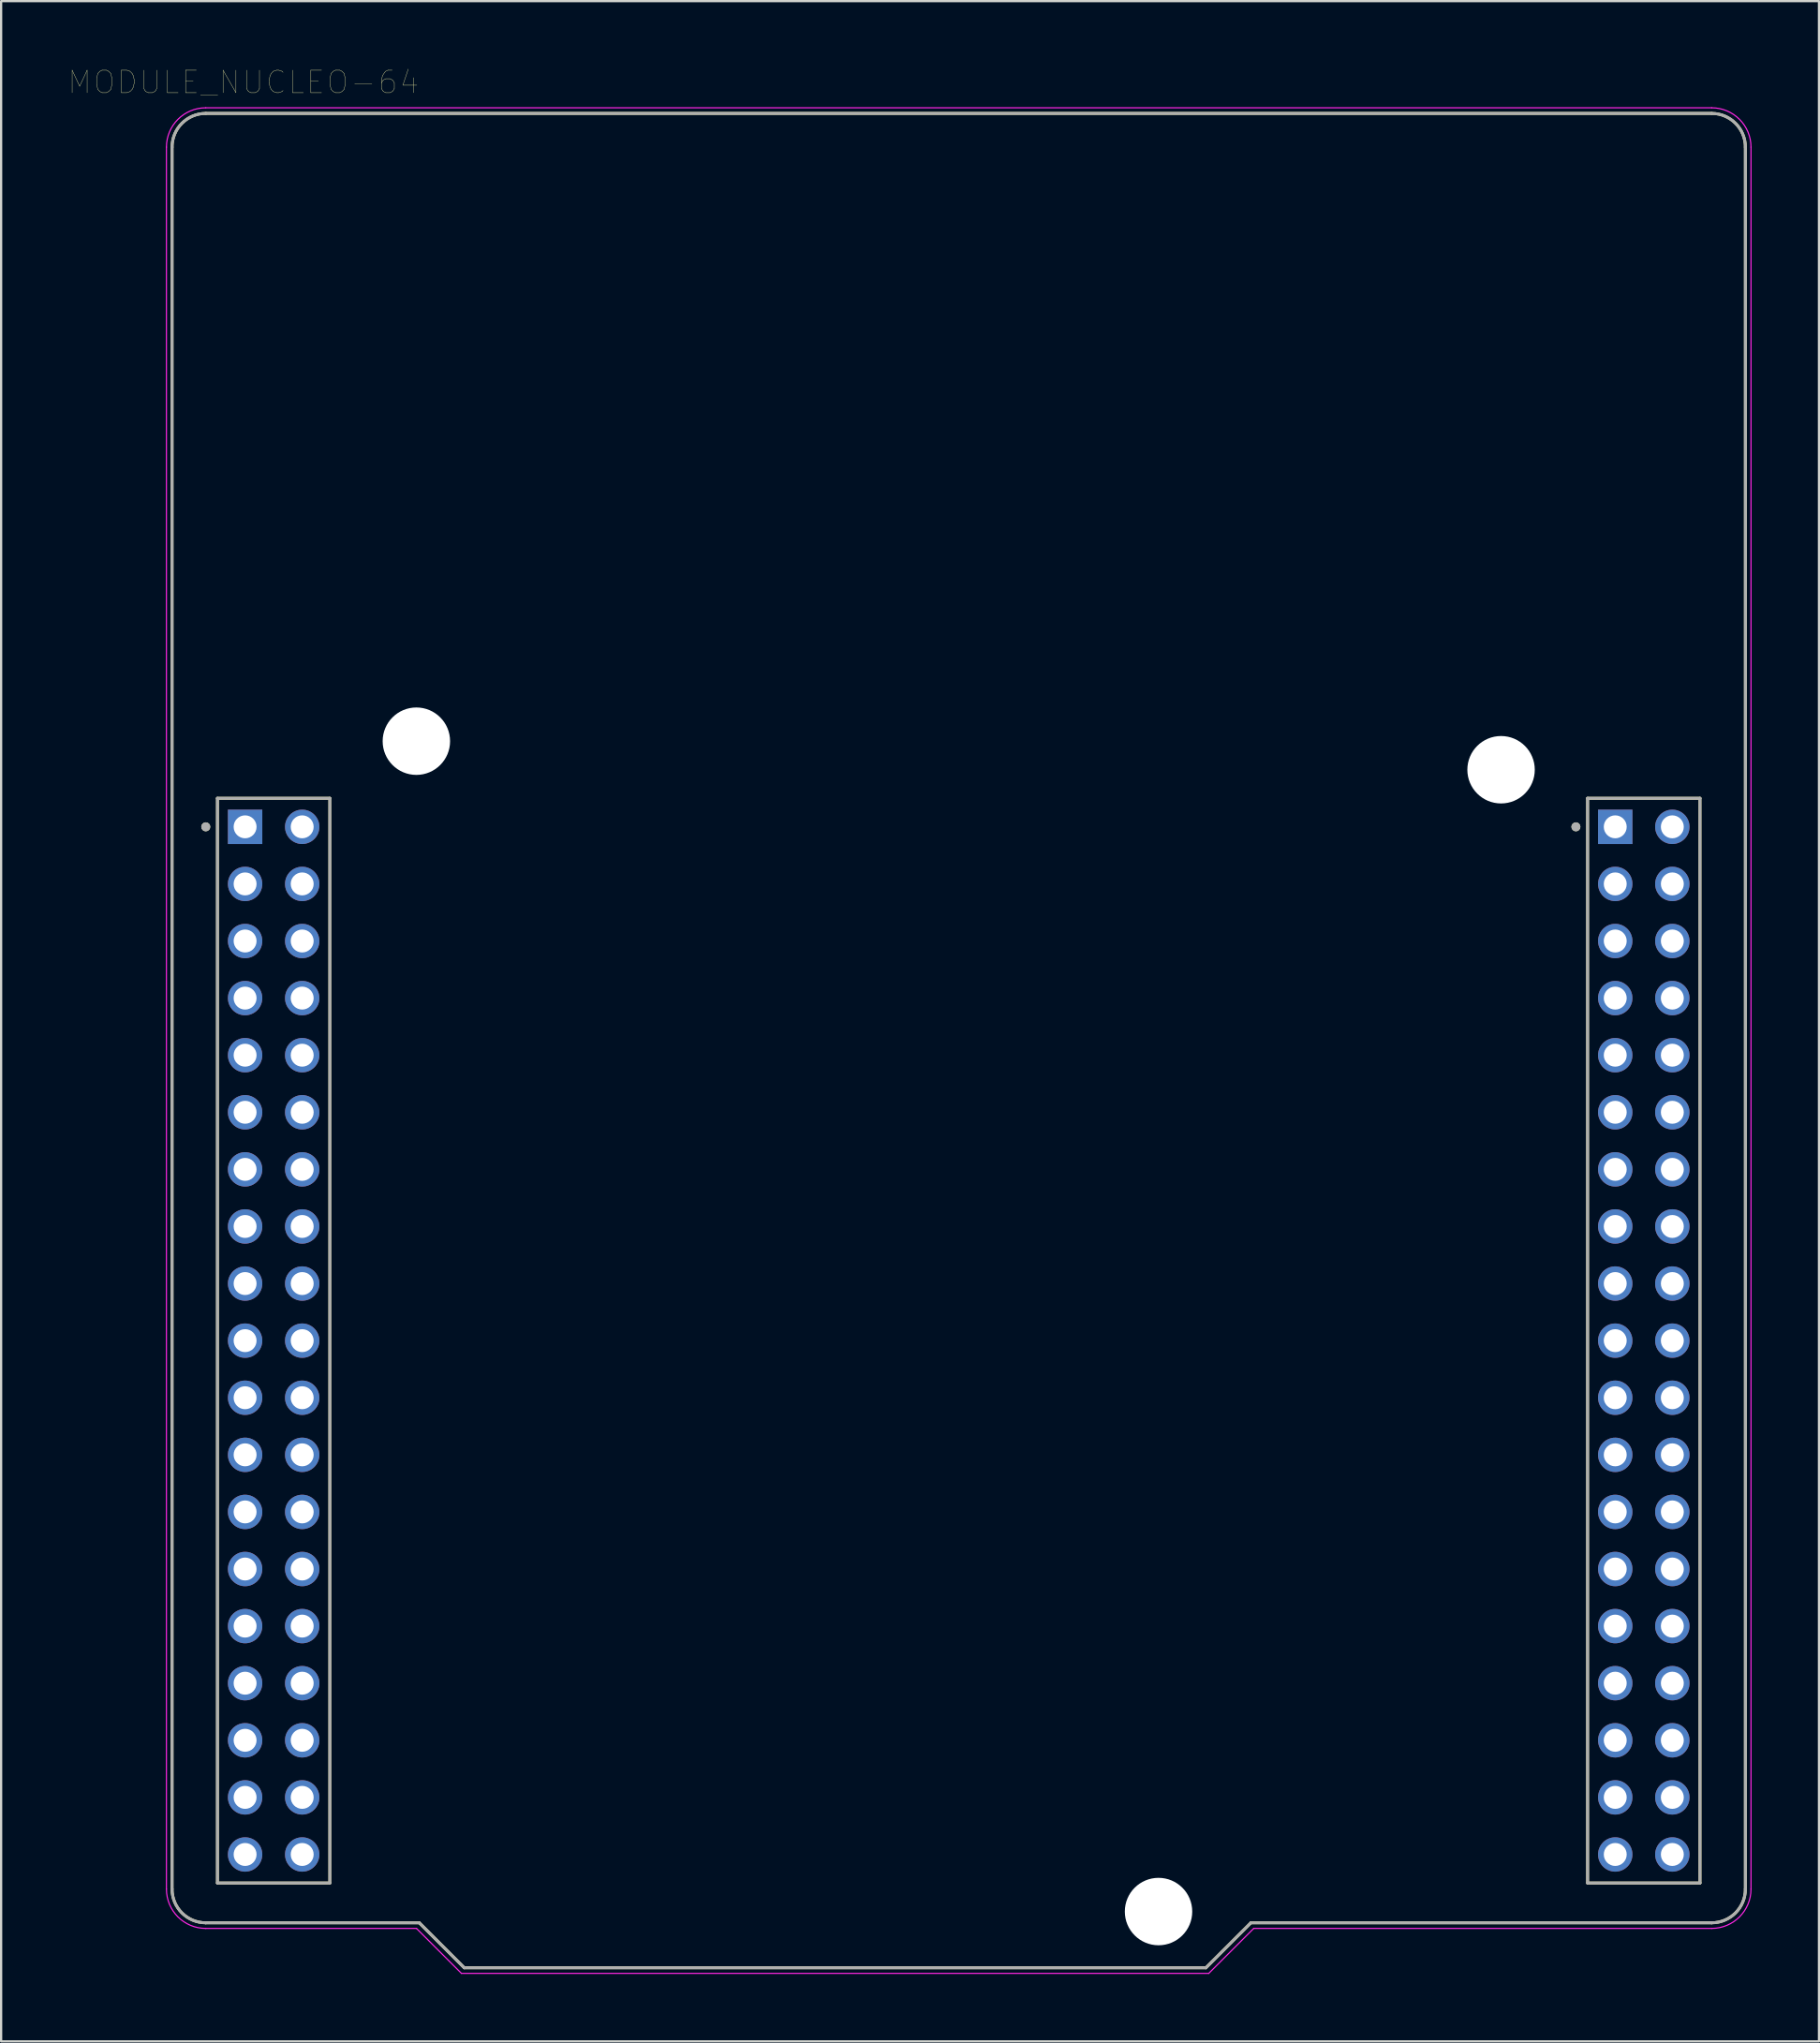
<source format=kicad_pcb>
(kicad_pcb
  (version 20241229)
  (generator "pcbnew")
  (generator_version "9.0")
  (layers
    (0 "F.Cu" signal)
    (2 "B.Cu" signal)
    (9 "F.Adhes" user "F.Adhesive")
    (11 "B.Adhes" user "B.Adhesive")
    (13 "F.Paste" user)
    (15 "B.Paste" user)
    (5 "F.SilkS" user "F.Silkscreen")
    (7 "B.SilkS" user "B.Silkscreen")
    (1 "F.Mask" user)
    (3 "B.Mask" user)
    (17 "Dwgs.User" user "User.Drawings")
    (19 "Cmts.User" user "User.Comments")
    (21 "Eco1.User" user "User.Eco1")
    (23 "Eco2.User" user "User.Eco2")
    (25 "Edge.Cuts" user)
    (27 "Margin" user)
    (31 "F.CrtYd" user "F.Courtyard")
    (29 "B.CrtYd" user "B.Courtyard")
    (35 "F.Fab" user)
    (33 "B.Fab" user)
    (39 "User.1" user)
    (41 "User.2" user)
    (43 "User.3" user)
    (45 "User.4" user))
  (footprint "MODULE_NUCLEO-64"
    (layer "F.Cu")
    (at 39.605 43.246)
    (property "Reference" "MODULE_NUCLEO-64" (at -31.825 -42.635 0) (layer "F.SilkS") (effects (font (size 1 1) (thickness 0.015))))
    (attr through_hole)
    (fp_line (start -35 37.75) (end -35 -39.75) (stroke (width 0.127) (type solid)) (layer "F.SilkS"))
    (fp_line (start -33.5 -41.25) (end 33.5 -41.25) (stroke (width 0.127) (type solid)) (layer "F.SilkS"))
    (fp_line (start -32.98 -10.78) (end -32.98 37.48) (stroke (width 0.127) (type solid)) (layer "F.SilkS"))
    (fp_line (start -32.98 37.48) (end -27.98 37.48) (stroke (width 0.127) (type solid)) (layer "F.SilkS"))
    (fp_line (start -27.98 -10.78) (end -32.98 -10.78) (stroke (width 0.127) (type solid)) (layer "F.SilkS"))
    (fp_line (start -27.98 37.48) (end -27.98 -10.78) (stroke (width 0.127) (type solid)) (layer "F.SilkS"))
    (fp_line (start -24 39.25) (end -33.5 39.25) (stroke (width 0.127) (type solid)) (layer "F.SilkS"))
    (fp_line (start -22 41.25) (end -24 39.25) (stroke (width 0.127) (type solid)) (layer "F.SilkS"))
    (fp_line (start 11 41.25) (end -22 41.25) (stroke (width 0.127) (type solid)) (layer "F.SilkS"))
    (fp_line (start 13 39.25) (end 11 41.25) (stroke (width 0.127) (type solid)) (layer "F.SilkS"))
    (fp_line (start 27.98 -10.78) (end 27.98 37.48) (stroke (width 0.127) (type solid)) (layer "F.SilkS"))
    (fp_line (start 27.98 37.48) (end 32.98 37.48) (stroke (width 0.127) (type solid)) (layer "F.SilkS"))
    (fp_line (start 32.98 -10.78) (end 27.98 -10.78) (stroke (width 0.127) (type solid)) (layer "F.SilkS"))
    (fp_line (start 32.98 37.48) (end 32.98 -10.78) (stroke (width 0.127) (type solid)) (layer "F.SilkS"))
    (fp_line (start 33.5 39.25) (end 13 39.25) (stroke (width 0.127) (type solid)) (layer "F.SilkS"))
    (fp_line (start 35 -39.75) (end 35 37.75) (stroke (width 0.127) (type solid)) (layer "F.SilkS"))
    (fp_arc (start -35 -39.75) (mid -34.56066 -40.81066) (end -33.5 -41.25) (stroke (width 0.127) (type solid)) (layer "F.SilkS"))
    (fp_arc (start -33.5 39.25) (mid -34.56066 38.81066) (end -35 37.75) (stroke (width 0.127) (type solid)) (layer "F.SilkS"))
    (fp_arc (start 33.5 -41.25) (mid 34.56066 -40.81066) (end 35 -39.75) (stroke (width 0.127) (type solid)) (layer "F.SilkS"))
    (fp_arc (start 35 37.75) (mid 34.56066 38.81066) (end 33.5 39.25) (stroke (width 0.127) (type solid)) (layer "F.SilkS"))
    (fp_circle (center -33.5 -9.51) (end -33.4 -9.51) (stroke (width 0.2) (type solid)) (fill no) (layer "F.SilkS"))
    (fp_circle (center 27.46 -9.51) (end 27.56 -9.51) (stroke (width 0.2) (type solid)) (fill no) (layer "F.SilkS"))
    (fp_line (start -35.25 37.75) (end -35.25 -39.75) (stroke (width 0.05) (type solid)) (layer "F.CrtYd"))
    (fp_line (start -33.5 -41.5) (end 33.5 -41.5) (stroke (width 0.05) (type solid)) (layer "F.CrtYd"))
    (fp_line (start -24.125 39.5) (end -33.5 39.5) (stroke (width 0.05) (type solid)) (layer "F.CrtYd"))
    (fp_line (start -22.125 41.5) (end -24.125 39.5) (stroke (width 0.05) (type solid)) (layer "F.CrtYd"))
    (fp_line (start 11.125 41.5) (end -22.125 41.5) (stroke (width 0.05) (type solid)) (layer "F.CrtYd"))
    (fp_line (start 13.125 39.5) (end 11.125 41.5) (stroke (width 0.05) (type solid)) (layer "F.CrtYd"))
    (fp_line (start 33.5 39.5) (end 13.125 39.5) (stroke (width 0.05) (type solid)) (layer "F.CrtYd"))
    (fp_line (start 35.25 -39.75) (end 35.25 37.75) (stroke (width 0.05) (type solid)) (layer "F.CrtYd"))
    (fp_arc (start -35.25 -39.75) (mid -34.737437 -40.987437) (end -33.5 -41.5) (stroke (width 0.05) (type solid)) (layer "F.CrtYd"))
    (fp_arc (start -33.5 39.5) (mid -34.737437 38.987437) (end -35.25 37.75) (stroke (width 0.05) (type solid)) (layer "F.CrtYd"))
    (fp_arc (start 33.5 -41.5) (mid 34.737437 -40.987437) (end 35.25 -39.75) (stroke (width 0.05) (type solid)) (layer "F.CrtYd"))
    (fp_arc (start 35.25 37.75) (mid 34.737437 38.987437) (end 33.5 39.5) (stroke (width 0.05) (type solid)) (layer "F.CrtYd"))
    (fp_line (start -35 37.75) (end -35 -39.75) (stroke (width 0.127) (type solid)) (layer "F.Fab"))
    (fp_line (start -33.5 -41.25) (end 33.5 -41.25) (stroke (width 0.127) (type solid)) (layer "F.Fab"))
    (fp_line (start -32.98 -10.78) (end -32.98 37.48) (stroke (width 0.127) (type solid)) (layer "F.Fab"))
    (fp_line (start -32.98 37.48) (end -27.98 37.48) (stroke (width 0.127) (type solid)) (layer "F.Fab"))
    (fp_line (start -27.98 -10.78) (end -32.98 -10.78) (stroke (width 0.127) (type solid)) (layer "F.Fab"))
    (fp_line (start -27.98 37.48) (end -27.98 -10.78) (stroke (width 0.127) (type solid)) (layer "F.Fab"))
    (fp_line (start -24 39.25) (end -33.5 39.25) (stroke (width 0.127) (type solid)) (layer "F.Fab"))
    (fp_line (start -22 41.25) (end -24 39.25) (stroke (width 0.127) (type solid)) (layer "F.Fab"))
    (fp_line (start 11 41.25) (end -22 41.25) (stroke (width 0.127) (type solid)) (layer "F.Fab"))
    (fp_line (start 13 39.25) (end 11 41.25) (stroke (width 0.127) (type solid)) (layer "F.Fab"))
    (fp_line (start 27.98 -10.78) (end 27.98 37.48) (stroke (width 0.127) (type solid)) (layer "F.Fab"))
    (fp_line (start 27.98 37.48) (end 32.98 37.48) (stroke (width 0.127) (type solid)) (layer "F.Fab"))
    (fp_line (start 32.98 -10.78) (end 27.98 -10.78) (stroke (width 0.127) (type solid)) (layer "F.Fab"))
    (fp_line (start 32.98 37.48) (end 32.98 -10.78) (stroke (width 0.127) (type solid)) (layer "F.Fab"))
    (fp_line (start 33.5 39.25) (end 13 39.25) (stroke (width 0.127) (type solid)) (layer "F.Fab"))
    (fp_line (start 35 -39.75) (end 35 37.75) (stroke (width 0.127) (type solid)) (layer "F.Fab"))
    (fp_arc (start -35 -39.75) (mid -34.56066 -40.81066) (end -33.5 -41.25) (stroke (width 0.127) (type solid)) (layer "F.Fab"))
    (fp_arc (start -33.5 39.25) (mid -34.56066 38.81066) (end -35 37.75) (stroke (width 0.127) (type solid)) (layer "F.Fab"))
    (fp_arc (start 33.5 -41.25) (mid 34.56066 -40.81066) (end 35 -39.75) (stroke (width 0.127) (type solid)) (layer "F.Fab"))
    (fp_arc (start 35 37.75) (mid 34.56066 38.81066) (end 33.5 39.25) (stroke (width 0.127) (type solid)) (layer "F.Fab"))
    (fp_circle (center -33.5 -9.51) (end -33.4 -9.51) (stroke (width 0.2) (type solid)) (fill no) (layer "F.Fab"))
    (fp_circle (center 27.46 -9.51) (end 27.56 -9.51) (stroke (width 0.2) (type solid)) (fill no) (layer "F.Fab"))
    (pad "" np_thru_hole circle (at -24.13 -13.32) (size 3 3) (drill 3) (layers "*.Cu" "*.Mask"))
    (pad "" np_thru_hole circle (at 8.89 38.75) (size 3 3) (drill 3) (layers "*.Cu" "*.Mask"))
    (pad "" np_thru_hole circle (at 24.13 -12.05) (size 3 3) (drill 3) (layers "*.Cu" "*.Mask"))
    (pad "CN7_1" thru_hole rect (at -31.75 -9.51) (size 1.53 1.53) (drill 1.02) (layers "*.Cu" "*.Mask"))
    (pad "CN7_2" thru_hole circle (at -29.21 -9.51) (size 1.53 1.53) (drill 1.02) (layers "*.Cu" "*.Mask"))
    (pad "CN7_3" thru_hole circle (at -31.75 -6.97) (size 1.53 1.53) (drill 1.02) (layers "*.Cu" "*.Mask"))
    (pad "CN7_4" thru_hole circle (at -29.21 -6.97) (size 1.53 1.53) (drill 1.02) (layers "*.Cu" "*.Mask"))
    (pad "CN7_5" thru_hole circle (at -31.75 -4.43) (size 1.53 1.53) (drill 1.02) (layers "*.Cu" "*.Mask"))
    (pad "CN7_6" thru_hole circle (at -29.21 -4.43) (size 1.53 1.53) (drill 1.02) (layers "*.Cu" "*.Mask"))
    (pad "CN7_7" thru_hole circle (at -31.75 -1.89) (size 1.53 1.53) (drill 1.02) (layers "*.Cu" "*.Mask"))
    (pad "CN7_8" thru_hole circle (at -29.21 -1.89) (size 1.53 1.53) (drill 1.02) (layers "*.Cu" "*.Mask"))
    (pad "CN7_9" thru_hole circle (at -31.75 0.65) (size 1.53 1.53) (drill 1.02) (layers "*.Cu" "*.Mask"))
    (pad "CN7_10" thru_hole circle (at -29.21 0.65) (size 1.53 1.53) (drill 1.02) (layers "*.Cu" "*.Mask"))
    (pad "CN7_11" thru_hole circle (at -31.75 3.19) (size 1.53 1.53) (drill 1.02) (layers "*.Cu" "*.Mask"))
    (pad "CN7_12" thru_hole circle (at -29.21 3.19) (size 1.53 1.53) (drill 1.02) (layers "*.Cu" "*.Mask"))
    (pad "CN7_13" thru_hole circle (at -31.75 5.73) (size 1.53 1.53) (drill 1.02) (layers "*.Cu" "*.Mask"))
    (pad "CN7_14" thru_hole circle (at -29.21 5.73) (size 1.53 1.53) (drill 1.02) (layers "*.Cu" "*.Mask"))
    (pad "CN7_15" thru_hole circle (at -31.75 8.27) (size 1.53 1.53) (drill 1.02) (layers "*.Cu" "*.Mask"))
    (pad "CN7_16" thru_hole circle (at -29.21 8.27) (size 1.53 1.53) (drill 1.02) (layers "*.Cu" "*.Mask"))
    (pad "CN7_17" thru_hole circle (at -31.75 10.81) (size 1.53 1.53) (drill 1.02) (layers "*.Cu" "*.Mask"))
    (pad "CN7_18" thru_hole circle (at -29.21 10.81) (size 1.53 1.53) (drill 1.02) (layers "*.Cu" "*.Mask"))
    (pad "CN7_19" thru_hole circle (at -31.75 13.35) (size 1.53 1.53) (drill 1.02) (layers "*.Cu" "*.Mask"))
    (pad "CN7_20" thru_hole circle (at -29.21 13.35) (size 1.53 1.53) (drill 1.02) (layers "*.Cu" "*.Mask"))
    (pad "CN7_21" thru_hole circle (at -31.75 15.89) (size 1.53 1.53) (drill 1.02) (layers "*.Cu" "*.Mask"))
    (pad "CN7_22" thru_hole circle (at -29.21 15.89) (size 1.53 1.53) (drill 1.02) (layers "*.Cu" "*.Mask"))
    (pad "CN7_23" thru_hole circle (at -31.75 18.43) (size 1.53 1.53) (drill 1.02) (layers "*.Cu" "*.Mask"))
    (pad "CN7_24" thru_hole circle (at -29.21 18.43) (size 1.53 1.53) (drill 1.02) (layers "*.Cu" "*.Mask"))
    (pad "CN7_25" thru_hole circle (at -31.75 20.97) (size 1.53 1.53) (drill 1.02) (layers "*.Cu" "*.Mask"))
    (pad "CN7_26" thru_hole circle (at -29.21 20.97) (size 1.53 1.53) (drill 1.02) (layers "*.Cu" "*.Mask"))
    (pad "CN7_27" thru_hole circle (at -31.75 23.51) (size 1.53 1.53) (drill 1.02) (layers "*.Cu" "*.Mask"))
    (pad "CN7_28" thru_hole circle (at -29.21 23.51) (size 1.53 1.53) (drill 1.02) (layers "*.Cu" "*.Mask"))
    (pad "CN7_29" thru_hole circle (at -31.75 26.05) (size 1.53 1.53) (drill 1.02) (layers "*.Cu" "*.Mask"))
    (pad "CN7_30" thru_hole circle (at -29.21 26.05) (size 1.53 1.53) (drill 1.02) (layers "*.Cu" "*.Mask"))
    (pad "CN7_31" thru_hole circle (at -31.75 28.59) (size 1.53 1.53) (drill 1.02) (layers "*.Cu" "*.Mask"))
    (pad "CN7_32" thru_hole circle (at -29.21 28.59) (size 1.53 1.53) (drill 1.02) (layers "*.Cu" "*.Mask"))
    (pad "CN7_33" thru_hole circle (at -31.75 31.13) (size 1.53 1.53) (drill 1.02) (layers "*.Cu" "*.Mask"))
    (pad "CN7_34" thru_hole circle (at -29.21 31.13) (size 1.53 1.53) (drill 1.02) (layers "*.Cu" "*.Mask"))
    (pad "CN7_35" thru_hole circle (at -31.75 33.67) (size 1.53 1.53) (drill 1.02) (layers "*.Cu" "*.Mask"))
    (pad "CN7_36" thru_hole circle (at -29.21 33.67) (size 1.53 1.53) (drill 1.02) (layers "*.Cu" "*.Mask"))
    (pad "CN7_37" thru_hole circle (at -31.75 36.21) (size 1.53 1.53) (drill 1.02) (layers "*.Cu" "*.Mask"))
    (pad "CN7_38" thru_hole circle (at -29.21 36.21) (size 1.53 1.53) (drill 1.02) (layers "*.Cu" "*.Mask"))
    (pad "CN10_1" thru_hole rect (at 29.21 -9.51) (size 1.53 1.53) (drill 1.02) (layers "*.Cu" "*.Mask"))
    (pad "CN10_2" thru_hole circle (at 31.75 -9.51) (size 1.53 1.53) (drill 1.02) (layers "*.Cu" "*.Mask"))
    (pad "CN10_3" thru_hole circle (at 29.21 -6.97) (size 1.53 1.53) (drill 1.02) (layers "*.Cu" "*.Mask"))
    (pad "CN10_4" thru_hole circle (at 31.75 -6.97) (size 1.53 1.53) (drill 1.02) (layers "*.Cu" "*.Mask"))
    (pad "CN10_5" thru_hole circle (at 29.21 -4.43) (size 1.53 1.53) (drill 1.02) (layers "*.Cu" "*.Mask"))
    (pad "CN10_6" thru_hole circle (at 31.75 -4.43) (size 1.53 1.53) (drill 1.02) (layers "*.Cu" "*.Mask"))
    (pad "CN10_7" thru_hole circle (at 29.21 -1.89) (size 1.53 1.53) (drill 1.02) (layers "*.Cu" "*.Mask"))
    (pad "CN10_8" thru_hole circle (at 31.75 -1.89) (size 1.53 1.53) (drill 1.02) (layers "*.Cu" "*.Mask"))
    (pad "CN10_9" thru_hole circle (at 29.21 0.65) (size 1.53 1.53) (drill 1.02) (layers "*.Cu" "*.Mask"))
    (pad "CN10_10" thru_hole circle (at 31.75 0.65) (size 1.53 1.53) (drill 1.02) (layers "*.Cu" "*.Mask"))
    (pad "CN10_11" thru_hole circle (at 29.21 3.19) (size 1.53 1.53) (drill 1.02) (layers "*.Cu" "*.Mask"))
    (pad "CN10_12" thru_hole circle (at 31.75 3.19) (size 1.53 1.53) (drill 1.02) (layers "*.Cu" "*.Mask"))
    (pad "CN10_13" thru_hole circle (at 29.21 5.73) (size 1.53 1.53) (drill 1.02) (layers "*.Cu" "*.Mask"))
    (pad "CN10_14" thru_hole circle (at 31.75 5.73) (size 1.53 1.53) (drill 1.02) (layers "*.Cu" "*.Mask"))
    (pad "CN10_15" thru_hole circle (at 29.21 8.27) (size 1.53 1.53) (drill 1.02) (layers "*.Cu" "*.Mask"))
    (pad "CN10_16" thru_hole circle (at 31.75 8.27) (size 1.53 1.53) (drill 1.02) (layers "*.Cu" "*.Mask"))
    (pad "CN10_17" thru_hole circle (at 29.21 10.81) (size 1.53 1.53) (drill 1.02) (layers "*.Cu" "*.Mask"))
    (pad "CN10_18" thru_hole circle (at 31.75 10.81) (size 1.53 1.53) (drill 1.02) (layers "*.Cu" "*.Mask"))
    (pad "CN10_19" thru_hole circle (at 29.21 13.35) (size 1.53 1.53) (drill 1.02) (layers "*.Cu" "*.Mask"))
    (pad "CN10_20" thru_hole circle (at 31.75 13.35) (size 1.53 1.53) (drill 1.02) (layers "*.Cu" "*.Mask"))
    (pad "CN10_21" thru_hole circle (at 29.21 15.89) (size 1.53 1.53) (drill 1.02) (layers "*.Cu" "*.Mask"))
    (pad "CN10_22" thru_hole circle (at 31.75 15.89) (size 1.53 1.53) (drill 1.02) (layers "*.Cu" "*.Mask"))
    (pad "CN10_23" thru_hole circle (at 29.21 18.43) (size 1.53 1.53) (drill 1.02) (layers "*.Cu" "*.Mask"))
    (pad "CN10_24" thru_hole circle (at 31.75 18.43) (size 1.53 1.53) (drill 1.02) (layers "*.Cu" "*.Mask"))
    (pad "CN10_25" thru_hole circle (at 29.21 20.97) (size 1.53 1.53) (drill 1.02) (layers "*.Cu" "*.Mask"))
    (pad "CN10_26" thru_hole circle (at 31.75 20.97) (size 1.53 1.53) (drill 1.02) (layers "*.Cu" "*.Mask"))
    (pad "CN10_27" thru_hole circle (at 29.21 23.51) (size 1.53 1.53) (drill 1.02) (layers "*.Cu" "*.Mask"))
    (pad "CN10_28" thru_hole circle (at 31.75 23.51) (size 1.53 1.53) (drill 1.02) (layers "*.Cu" "*.Mask"))
    (pad "CN10_29" thru_hole circle (at 29.21 26.05) (size 1.53 1.53) (drill 1.02) (layers "*.Cu" "*.Mask"))
    (pad "CN10_30" thru_hole circle (at 31.75 26.05) (size 1.53 1.53) (drill 1.02) (layers "*.Cu" "*.Mask"))
    (pad "CN10_31" thru_hole circle (at 29.21 28.59) (size 1.53 1.53) (drill 1.02) (layers "*.Cu" "*.Mask"))
    (pad "CN10_32" thru_hole circle (at 31.75 28.59) (size 1.53 1.53) (drill 1.02) (layers "*.Cu" "*.Mask"))
    (pad "CN10_33" thru_hole circle (at 29.21 31.13) (size 1.53 1.53) (drill 1.02) (layers "*.Cu" "*.Mask"))
    (pad "CN10_34" thru_hole circle (at 31.75 31.13) (size 1.53 1.53) (drill 1.02) (layers "*.Cu" "*.Mask"))
    (pad "CN10_35" thru_hole circle (at 29.21 33.67) (size 1.53 1.53) (drill 1.02) (layers "*.Cu" "*.Mask"))
    (pad "CN10_36" thru_hole circle (at 31.75 33.67) (size 1.53 1.53) (drill 1.02) (layers "*.Cu" "*.Mask"))
    (pad "CN10_37" thru_hole circle (at 29.21 36.21) (size 1.53 1.53) (drill 1.02) (layers "*.Cu" "*.Mask"))
    (pad "CN10_38" thru_hole circle (at 31.75 36.21) (size 1.53 1.53) (drill 1.02) (layers "*.Cu" "*.Mask")))
  (gr_rect
    (start -3 -3)
    (end 77.88 87.771)
    (stroke (width 0.1) (type default))
    (fill no)
    (layer "Edge.Cuts")))
</source>
